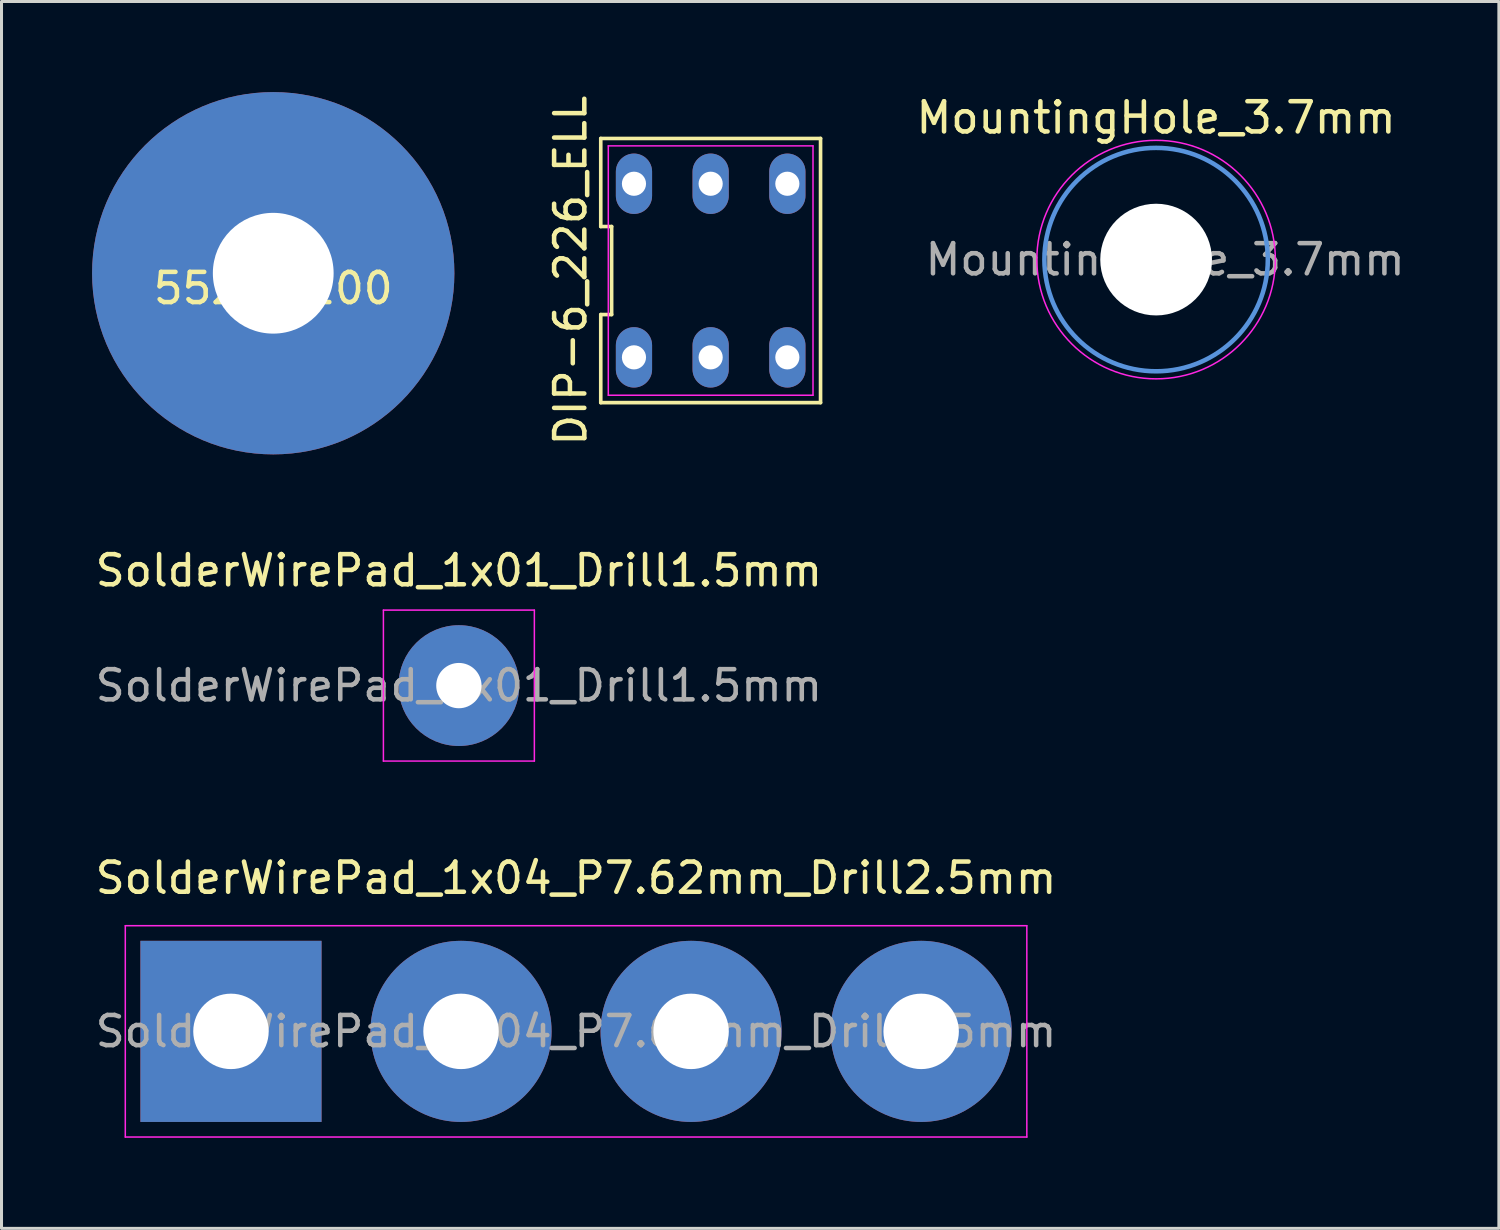
<source format=kicad_pcb>
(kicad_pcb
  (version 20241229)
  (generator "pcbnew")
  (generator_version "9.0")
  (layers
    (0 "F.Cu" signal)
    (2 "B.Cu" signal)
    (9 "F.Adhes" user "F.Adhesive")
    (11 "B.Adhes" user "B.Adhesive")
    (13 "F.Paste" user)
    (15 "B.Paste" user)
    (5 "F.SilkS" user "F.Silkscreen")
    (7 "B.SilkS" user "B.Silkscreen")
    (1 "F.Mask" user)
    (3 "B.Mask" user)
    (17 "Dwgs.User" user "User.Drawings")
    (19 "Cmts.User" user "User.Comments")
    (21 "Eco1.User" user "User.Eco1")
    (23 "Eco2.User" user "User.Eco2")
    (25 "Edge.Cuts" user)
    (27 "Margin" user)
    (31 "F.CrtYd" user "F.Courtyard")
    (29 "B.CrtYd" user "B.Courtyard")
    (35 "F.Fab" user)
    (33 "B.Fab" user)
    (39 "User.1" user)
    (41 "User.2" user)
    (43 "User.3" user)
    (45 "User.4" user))
  (footprint "SolderWirePad_1x01_Drill1.5mm"
    (layer "F.Cu")
    (at 12.149 19.658)
    (property "Reference" "SolderWirePad_1x01_Drill1.5mm" (at 0 -3.81 0) (layer "F.SilkS") (effects (font (size 1 1) (thickness 0.15))))
    (attr exclude_from_pos_files exclude_from_bom)
    (fp_line (start -2.5 -2.5) (end -2.5 2.5) (stroke (width 0.05) (type solid)) (layer "F.CrtYd"))
    (fp_line (start -2.5 -2.5) (end 2.5 -2.5) (stroke (width 0.05) (type solid)) (layer "F.CrtYd"))
    (fp_line (start 2.5 2.5) (end -2.5 2.5) (stroke (width 0.05) (type solid)) (layer "F.CrtYd"))
    (fp_line (start 2.5 2.5) (end 2.5 -2.5) (stroke (width 0.05) (type solid)) (layer "F.CrtYd"))
    (fp_text user "${REFERENCE}" (at 0 0 0) (layer "F.Fab") (effects (font (size 1 1) (thickness 0.15))))
    (pad "1" thru_hole circle (at 0 0) (size 4 4) (drill 1.501) (layers "*.Cu" "*.Mask")))
  (footprint "DIP-6_226_ELL"
    (layer "F.Cu")
    (at 20.488 5.911)
    (property "Reference" "DIP-6_226_ELL" (at -4.64 0 90) (layer "F.SilkS") (effects (font (size 1 1) (thickness 0.15))))
    (attr through_hole)
    (fp_line (start -3.64 -1.458) (end -3.28 -1.458) (stroke (width 0.12) (type solid)) (layer "F.SilkS"))
    (fp_line (start -3.64 1.458) (end -3.64 4.375) (stroke (width 0.12) (type solid)) (layer "F.SilkS"))
    (fp_line (start -3.64 4.375) (end 3.64 4.375) (stroke (width 0.12) (type solid)) (layer "F.SilkS"))
    (fp_line (start -3.64 -4.375) (end -3.64 -1.458) (stroke (width 0.12) (type solid)) (layer "F.SilkS"))
    (fp_line (start -3.28 -1.458) (end -3.28 1.458) (stroke (width 0.12) (type solid)) (layer "F.SilkS"))
    (fp_line (start -3.28 1.458) (end -3.64 1.458) (stroke (width 0.12) (type solid)) (layer "F.SilkS"))
    (fp_line (start 3.64 4.375) (end 3.64 -4.375) (stroke (width 0.12) (type solid)) (layer "F.SilkS"))
    (fp_line (start 3.64 -4.375) (end -3.64 -4.375) (stroke (width 0.12) (type solid)) (layer "F.SilkS"))
    (fp_line (start -3.39 -4.13) (end 3.39 -4.13) (stroke (width 0.05) (type solid)) (layer "F.CrtYd"))
    (fp_line (start -3.39 4.13) (end -3.39 -4.13) (stroke (width 0.05) (type solid)) (layer "F.CrtYd"))
    (fp_line (start 3.39 -4.13) (end 3.39 4.13) (stroke (width 0.05) (type solid)) (layer "F.CrtYd"))
    (fp_line (start 3.39 4.13) (end -3.39 4.13) (stroke (width 0.05) (type solid)) (layer "F.CrtYd"))
    (pad "1" thru_hole oval (at -2.54 2.875) (size 1.2 2) (drill 0.8) (layers "*.Cu" "*.Mask"))
    (pad "2" thru_hole oval (at 0 2.875) (size 1.2 2) (drill 0.8) (layers "*.Cu" "*.Mask"))
    (pad "3" thru_hole oval (at 2.54 2.875) (size 1.2 2) (drill 0.8) (layers "*.Cu" "*.Mask"))
    (pad "4" thru_hole oval (at 2.54 -2.875) (size 1.2 2) (drill 0.8) (layers "*.Cu" "*.Mask"))
    (pad "5" thru_hole oval (at 0 -2.875) (size 1.2 2) (drill 0.8) (layers "*.Cu" "*.Mask"))
    (pad "6" thru_hole oval (at -2.54 -2.875) (size 1.2 2) (drill 0.8) (layers "*.Cu" "*.Mask")))
  (footprint "MountingHole_3.7mm"
    (layer "F.Cu")
    (at 35.242 5.548)
    (property "Reference" "MountingHole_3.7mm" (at 0 -4.7 0) (layer "F.SilkS") (effects (font (size 1 1) (thickness 0.15))))
    (attr exclude_from_pos_files exclude_from_bom)
    (fp_circle (center 0 0) (end 3.7 0) (stroke (width 0.15) (type solid)) (fill no) (layer "Cmts.User"))
    (fp_circle (center 0 0) (end 3.95 0) (stroke (width 0.05) (type solid)) (fill no) (layer "F.CrtYd"))
    (fp_text user "${REFERENCE}" (at 0.3 0 0) (layer "F.Fab") (effects (font (size 1 1) (thickness 0.15))))
    (pad "" np_thru_hole circle (at 0 0) (size 3.7 3.7) (drill 3.7) (layers "*.Cu" "*.Mask")))
  (footprint "552-0100"
    (layer "F.Cu")
    (at 6 6)
    (property "Reference" "552-0100" (at 0 0.5 0) (layer "F.SilkS") (effects (font (size 1 1) (thickness 0.15))))
    (attr through_hole)
    (pad "1" thru_hole circle (at 0 0) (size 12 12) (drill 4) (layers "*.Cu" "*.Mask")))
  (footprint "SolderWirePad_1x04_P7.62mm_Drill2.5mm"
    (layer "F.Cu")
    (at 4.6 31.111)
    (property "Reference" "SolderWirePad_1x04_P7.62mm_Drill2.5mm" (at 11.43 -5.08 0) (layer "F.SilkS") (effects (font (size 1 1) (thickness 0.15))))
    (attr exclude_from_pos_files exclude_from_bom)
    (fp_line (start -3.5 -3.5) (end -3.5 3.5) (stroke (width 0.05) (type solid)) (layer "F.CrtYd"))
    (fp_line (start -3.5 -3.5) (end 26.36 -3.5) (stroke (width 0.05) (type solid)) (layer "F.CrtYd"))
    (fp_line (start 26.36 3.5) (end -3.5 3.5) (stroke (width 0.05) (type solid)) (layer "F.CrtYd"))
    (fp_line (start 26.36 3.5) (end 26.36 -3.5) (stroke (width 0.05) (type solid)) (layer "F.CrtYd"))
    (fp_text user "${REFERENCE}" (at 11.43 0 0) (layer "F.Fab") (effects (font (size 1 1) (thickness 0.15))))
    (pad "1" thru_hole rect (at 0 0) (size 5.999 5.999) (drill 2.499) (layers "*.Cu" "*.Mask"))
    (pad "2" thru_hole circle (at 7.62 0) (size 5.999 5.999) (drill 2.499) (layers "*.Cu" "*.Mask"))
    (pad "3" thru_hole circle (at 15.24 0) (size 5.999 5.999) (drill 2.499) (layers "*.Cu" "*.Mask"))
    (pad "4" thru_hole circle (at 22.86 0) (size 5.999 5.999) (drill 2.499) (layers "*.Cu" "*.Mask")))
  (gr_rect
    (start -3 -3)
    (end 46.595 37.636)
    (stroke (width 0.1) (type default))
    (fill no)
    (layer "Edge.Cuts")))
</source>
